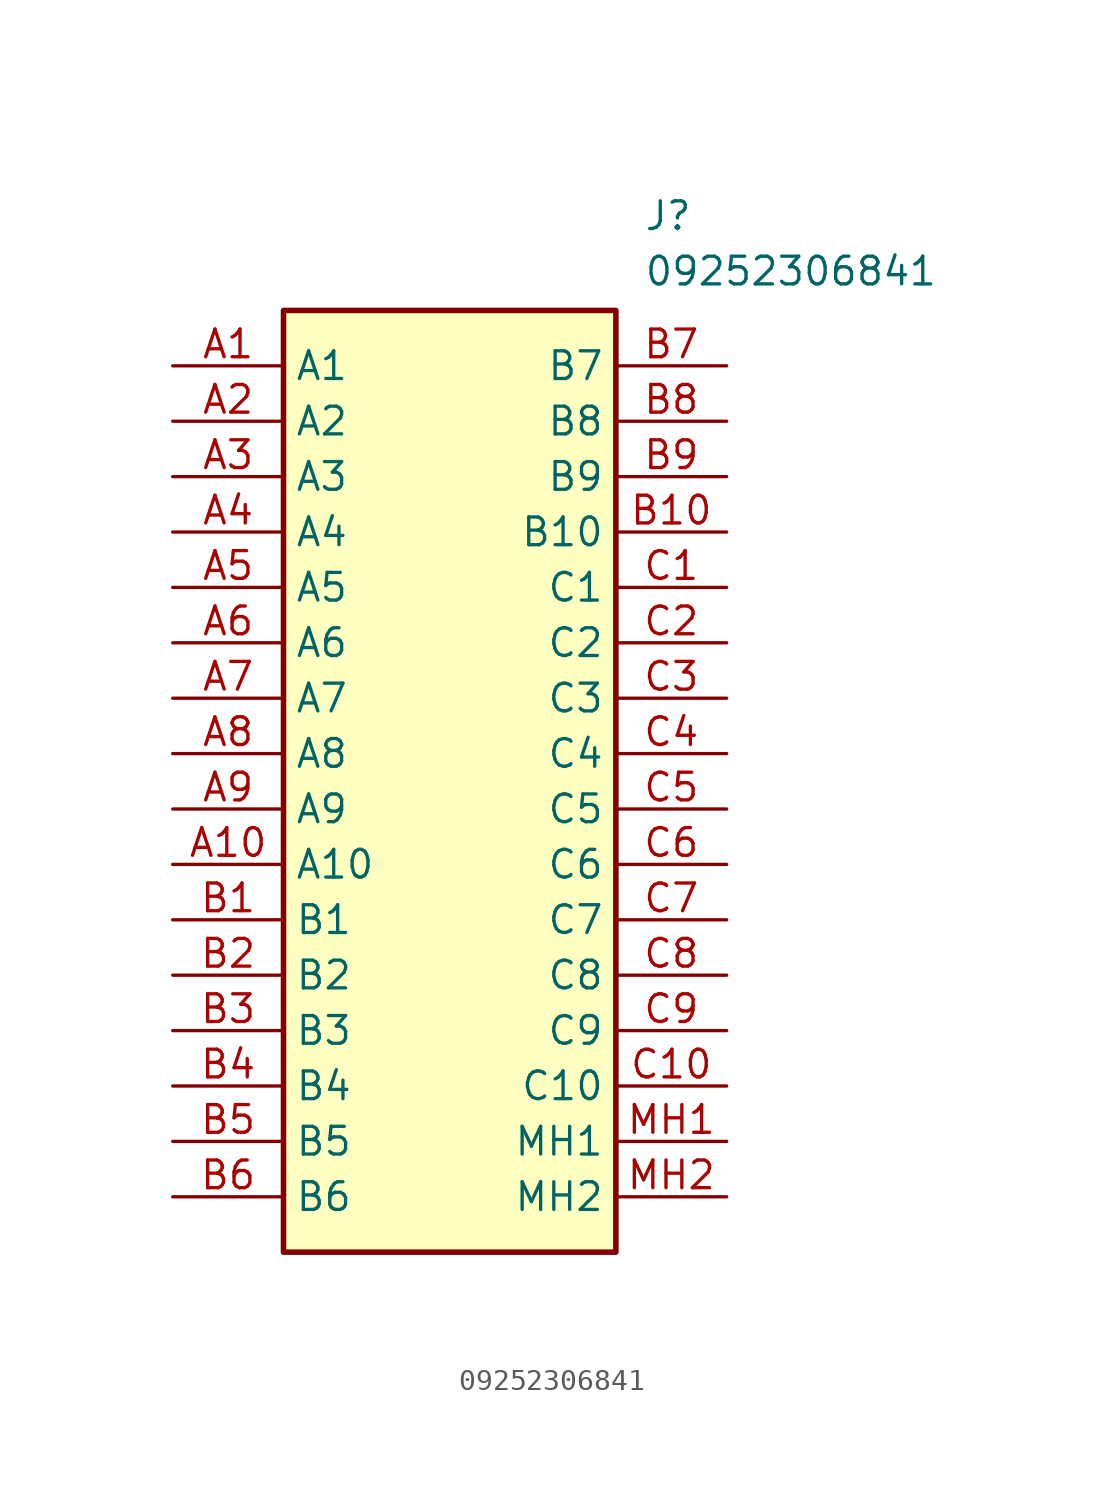
<source format=kicad_sym>
(kicad_symbol_lib
  (version 20211014)
  (generator SamacSys_ECAD_Model)
  (symbol "09252306841"
    (property "Reference" "J"
      (at 21.59 7.62 0)
      (effects (font (size 1.27 1.27)) (justify left top)))
    (property "Value" "09252306841"
      (at 21.59 5.08 0)
      (effects (font (size 1.27 1.27)) (justify left top)))
    (rectangle
      (start 5.08 2.54)
      (end 20.32 -40.64)
      (stroke (width 0.254) (type default))
      (fill (type background)))
    (pin passive line
      (at 0 0 0)
      (length 5.08)
      (name "A1" (effects (font (size 1.27 1.27))))
      (number "A1" (effects (font (size 1.27 1.27)))))
    (pin passive line
      (at 0 -2.54 0)
      (length 5.08)
      (name "A2" (effects (font (size 1.27 1.27))))
      (number "A2" (effects (font (size 1.27 1.27)))))
    (pin passive line
      (at 0 -5.08 0)
      (length 5.08)
      (name "A3" (effects (font (size 1.27 1.27))))
      (number "A3" (effects (font (size 1.27 1.27)))))
    (pin passive line
      (at 0 -7.62 0)
      (length 5.08)
      (name "A4" (effects (font (size 1.27 1.27))))
      (number "A4" (effects (font (size 1.27 1.27)))))
    (pin passive line
      (at 0 -10.16 0)
      (length 5.08)
      (name "A5" (effects (font (size 1.27 1.27))))
      (number "A5" (effects (font (size 1.27 1.27)))))
    (pin passive line
      (at 0 -12.7 0)
      (length 5.08)
      (name "A6" (effects (font (size 1.27 1.27))))
      (number "A6" (effects (font (size 1.27 1.27)))))
    (pin passive line
      (at 0 -15.24 0)
      (length 5.08)
      (name "A7" (effects (font (size 1.27 1.27))))
      (number "A7" (effects (font (size 1.27 1.27)))))
    (pin passive line
      (at 0 -17.78 0)
      (length 5.08)
      (name "A8" (effects (font (size 1.27 1.27))))
      (number "A8" (effects (font (size 1.27 1.27)))))
    (pin passive line
      (at 0 -20.32 0)
      (length 5.08)
      (name "A9" (effects (font (size 1.27 1.27))))
      (number "A9" (effects (font (size 1.27 1.27)))))
    (pin passive line
      (at 0 -22.86 0)
      (length 5.08)
      (name "A10" (effects (font (size 1.27 1.27))))
      (number "A10" (effects (font (size 1.27 1.27)))))
    (pin passive line
      (at 0 -25.4 0)
      (length 5.08)
      (name "B1" (effects (font (size 1.27 1.27))))
      (number "B1" (effects (font (size 1.27 1.27)))))
    (pin passive line
      (at 0 -27.94 0)
      (length 5.08)
      (name "B2" (effects (font (size 1.27 1.27))))
      (number "B2" (effects (font (size 1.27 1.27)))))
    (pin passive line
      (at 0 -30.48 0)
      (length 5.08)
      (name "B3" (effects (font (size 1.27 1.27))))
      (number "B3" (effects (font (size 1.27 1.27)))))
    (pin passive line
      (at 0 -33.02 0)
      (length 5.08)
      (name "B4" (effects (font (size 1.27 1.27))))
      (number "B4" (effects (font (size 1.27 1.27)))))
    (pin passive line
      (at 0 -35.56 0)
      (length 5.08)
      (name "B5" (effects (font (size 1.27 1.27))))
      (number "B5" (effects (font (size 1.27 1.27)))))
    (pin passive line
      (at 0 -38.1 0)
      (length 5.08)
      (name "B6" (effects (font (size 1.27 1.27))))
      (number "B6" (effects (font (size 1.27 1.27)))))
    (pin passive line
      (at 25.4 0 180)
      (length 5.08)
      (name "B7" (effects (font (size 1.27 1.27))))
      (number "B7" (effects (font (size 1.27 1.27)))))
    (pin passive line
      (at 25.4 -2.54 180)
      (length 5.08)
      (name "B8" (effects (font (size 1.27 1.27))))
      (number "B8" (effects (font (size 1.27 1.27)))))
    (pin passive line
      (at 25.4 -5.08 180)
      (length 5.08)
      (name "B9" (effects (font (size 1.27 1.27))))
      (number "B9" (effects (font (size 1.27 1.27)))))
    (pin passive line
      (at 25.4 -7.62 180)
      (length 5.08)
      (name "B10" (effects (font (size 1.27 1.27))))
      (number "B10" (effects (font (size 1.27 1.27)))))
    (pin passive line
      (at 25.4 -10.16 180)
      (length 5.08)
      (name "C1" (effects (font (size 1.27 1.27))))
      (number "C1" (effects (font (size 1.27 1.27)))))
    (pin passive line
      (at 25.4 -12.7 180)
      (length 5.08)
      (name "C2" (effects (font (size 1.27 1.27))))
      (number "C2" (effects (font (size 1.27 1.27)))))
    (pin passive line
      (at 25.4 -15.24 180)
      (length 5.08)
      (name "C3" (effects (font (size 1.27 1.27))))
      (number "C3" (effects (font (size 1.27 1.27)))))
    (pin passive line
      (at 25.4 -17.78 180)
      (length 5.08)
      (name "C4" (effects (font (size 1.27 1.27))))
      (number "C4" (effects (font (size 1.27 1.27)))))
    (pin passive line
      (at 25.4 -20.32 180)
      (length 5.08)
      (name "C5" (effects (font (size 1.27 1.27))))
      (number "C5" (effects (font (size 1.27 1.27)))))
    (pin passive line
      (at 25.4 -22.86 180)
      (length 5.08)
      (name "C6" (effects (font (size 1.27 1.27))))
      (number "C6" (effects (font (size 1.27 1.27)))))
    (pin passive line
      (at 25.4 -25.4 180)
      (length 5.08)
      (name "C7" (effects (font (size 1.27 1.27))))
      (number "C7" (effects (font (size 1.27 1.27)))))
    (pin passive line
      (at 25.4 -27.94 180)
      (length 5.08)
      (name "C8" (effects (font (size 1.27 1.27))))
      (number "C8" (effects (font (size 1.27 1.27)))))
    (pin passive line
      (at 25.4 -30.48 180)
      (length 5.08)
      (name "C9" (effects (font (size 1.27 1.27))))
      (number "C9" (effects (font (size 1.27 1.27)))))
    (pin passive line
      (at 25.4 -33.02 180)
      (length 5.08)
      (name "C10" (effects (font (size 1.27 1.27))))
      (number "C10" (effects (font (size 1.27 1.27)))))
    (pin passive line
      (at 25.4 -35.56 180)
      (length 5.08)
      (name "MH1" (effects (font (size 1.27 1.27))))
      (number "MH1" (effects (font (size 1.27 1.27)))))
    (pin passive line
      (at 25.4 -38.1 180)
      (length 5.08)
      (name "MH2" (effects (font (size 1.27 1.27))))
      (number "MH2" (effects (font (size 1.27 1.27)))))))
</source>
